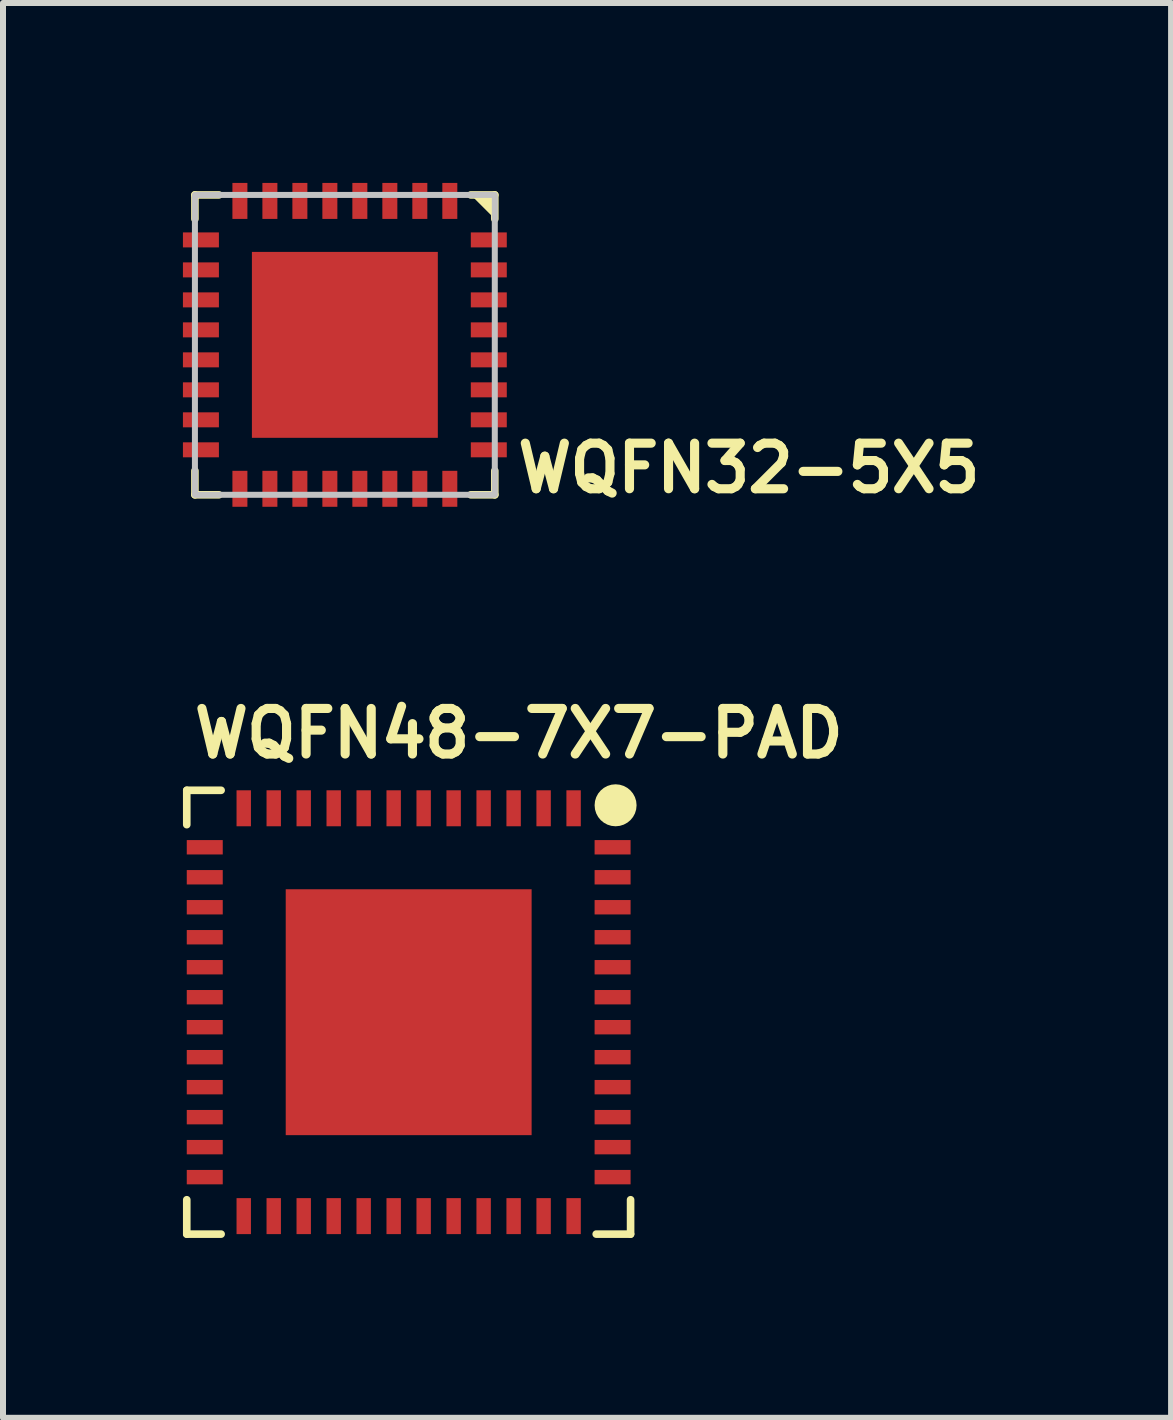
<source format=kicad_pcb>
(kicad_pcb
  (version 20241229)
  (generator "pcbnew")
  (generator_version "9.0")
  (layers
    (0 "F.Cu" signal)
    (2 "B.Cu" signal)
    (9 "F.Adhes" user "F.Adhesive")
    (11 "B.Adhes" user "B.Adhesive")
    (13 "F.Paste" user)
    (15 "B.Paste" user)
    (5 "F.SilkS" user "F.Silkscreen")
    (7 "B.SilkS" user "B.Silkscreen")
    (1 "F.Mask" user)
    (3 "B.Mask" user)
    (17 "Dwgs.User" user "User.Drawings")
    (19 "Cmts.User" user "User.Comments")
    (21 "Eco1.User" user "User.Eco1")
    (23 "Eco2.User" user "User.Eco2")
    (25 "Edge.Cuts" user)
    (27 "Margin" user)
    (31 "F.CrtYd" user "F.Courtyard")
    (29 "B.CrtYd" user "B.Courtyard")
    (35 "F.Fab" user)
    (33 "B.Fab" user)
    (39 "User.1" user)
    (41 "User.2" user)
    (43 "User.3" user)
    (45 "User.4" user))
  (footprint "WQFN48-7X7-PAD"
    (layer "F.Cu")
    (at 3.764 13.827)
    (property "Reference" "WQFN48-7X7-PAD" (at -3.656 -4.204 180) (layer "F.SilkS") (effects (font (size 0.76 0.76) (thickness 0.152)) (justify left bottom)))
    (attr through_hole)
    (fp_line (start -3.7 -3.7) (end -3.127 -3.7) (stroke (width 0.127) (type solid)) (layer "F.SilkS"))
    (fp_line (start -3.7 -3.127) (end -3.7 -3.7) (stroke (width 0.127) (type solid)) (layer "F.SilkS"))
    (fp_line (start -3.7 3.7) (end -3.7 3.127) (stroke (width 0.127) (type solid)) (layer "F.SilkS"))
    (fp_line (start -3.127 3.7) (end -3.7 3.7) (stroke (width 0.127) (type solid)) (layer "F.SilkS"))
    (fp_line (start 3.7 3.127) (end 3.7 3.7) (stroke (width 0.127) (type solid)) (layer "F.SilkS"))
    (fp_line (start 3.7 3.7) (end 3.127 3.7) (stroke (width 0.127) (type solid)) (layer "F.SilkS"))
    (fp_circle (center 3.45 -3.45) (end 3.625 -3.45) (stroke (width 0.35) (type solid)) (fill no) (layer "F.SilkS"))
    (fp_poly (pts (xy -1.955 -0.785) (xy -0.785 -0.785) (xy -0.785 -1.955) (xy -1.955 -1.955)) (stroke (width 0) (type solid)) (fill yes) (layer "F.Paste"))
    (fp_poly (pts (xy -1.955 0.585) (xy -0.785 0.585) (xy -0.785 -0.585) (xy -1.955 -0.585)) (stroke (width 0) (type solid)) (fill yes) (layer "F.Paste"))
    (fp_poly (pts (xy -1.955 1.955) (xy -0.785 1.955) (xy -0.785 0.785) (xy -1.955 0.785)) (stroke (width 0) (type solid)) (fill yes) (layer "F.Paste"))
    (fp_poly (pts (xy -0.585 -0.785) (xy 0.585 -0.785) (xy 0.585 -1.955) (xy -0.585 -1.955)) (stroke (width 0) (type solid)) (fill yes) (layer "F.Paste"))
    (fp_poly (pts (xy -0.585 0.585) (xy 0.585 0.585) (xy 0.585 -0.585) (xy -0.585 -0.585)) (stroke (width 0) (type solid)) (fill yes) (layer "F.Paste"))
    (fp_poly (pts (xy -0.585 1.955) (xy 0.585 1.955) (xy 0.585 0.785) (xy -0.585 0.785)) (stroke (width 0) (type solid)) (fill yes) (layer "F.Paste"))
    (fp_poly (pts (xy 0.785 -0.785) (xy 1.955 -0.785) (xy 1.955 -1.955) (xy 0.785 -1.955)) (stroke (width 0) (type solid)) (fill yes) (layer "F.Paste"))
    (fp_poly (pts (xy 0.785 0.585) (xy 1.955 0.585) (xy 1.955 -0.585) (xy 0.785 -0.585)) (stroke (width 0) (type solid)) (fill yes) (layer "F.Paste"))
    (fp_poly (pts (xy 0.785 1.955) (xy 1.955 1.955) (xy 1.955 0.785) (xy 0.785 0.785)) (stroke (width 0) (type solid)) (fill yes) (layer "F.Paste"))
    (pad "1" smd rect (at 2.75 -3.4) (size 0.24 0.6) (layers "F.Cu" "F.Mask" "F.Paste"))
    (pad "2" smd rect (at 2.25 -3.4) (size 0.24 0.6) (layers "F.Cu" "F.Mask" "F.Paste"))
    (pad "3" smd rect (at 1.75 -3.4) (size 0.24 0.6) (layers "F.Cu" "F.Mask" "F.Paste"))
    (pad "4" smd rect (at 1.25 -3.4) (size 0.24 0.6) (layers "F.Cu" "F.Mask" "F.Paste"))
    (pad "5" smd rect (at 0.75 -3.4) (size 0.24 0.6) (layers "F.Cu" "F.Mask" "F.Paste"))
    (pad "6" smd rect (at 0.25 -3.4) (size 0.24 0.6) (layers "F.Cu" "F.Mask" "F.Paste"))
    (pad "7" smd rect (at -0.25 -3.4) (size 0.24 0.6) (layers "F.Cu" "F.Mask" "F.Paste"))
    (pad "8" smd rect (at -0.75 -3.4) (size 0.24 0.6) (layers "F.Cu" "F.Mask" "F.Paste"))
    (pad "9" smd rect (at -1.25 -3.4) (size 0.24 0.6) (layers "F.Cu" "F.Mask" "F.Paste"))
    (pad "10" smd rect (at -1.75 -3.4) (size 0.24 0.6) (layers "F.Cu" "F.Mask" "F.Paste"))
    (pad "11" smd rect (at -2.25 -3.4) (size 0.24 0.6) (layers "F.Cu" "F.Mask" "F.Paste"))
    (pad "12" smd rect (at -2.75 -3.4) (size 0.24 0.6) (layers "F.Cu" "F.Mask" "F.Paste"))
    (pad "13" smd rect (at -3.4 -2.75 90) (size 0.24 0.6) (layers "F.Cu" "F.Mask" "F.Paste"))
    (pad "14" smd rect (at -3.4 -2.25 90) (size 0.24 0.6) (layers "F.Cu" "F.Mask" "F.Paste"))
    (pad "15" smd rect (at -3.4 -1.75 90) (size 0.24 0.6) (layers "F.Cu" "F.Mask" "F.Paste"))
    (pad "16" smd rect (at -3.4 -1.25 90) (size 0.24 0.6) (layers "F.Cu" "F.Mask" "F.Paste"))
    (pad "17" smd rect (at -3.4 -0.75 90) (size 0.24 0.6) (layers "F.Cu" "F.Mask" "F.Paste"))
    (pad "18" smd rect (at -3.4 -0.25 90) (size 0.24 0.6) (layers "F.Cu" "F.Mask" "F.Paste"))
    (pad "19" smd rect (at -3.4 0.25 90) (size 0.24 0.6) (layers "F.Cu" "F.Mask" "F.Paste"))
    (pad "20" smd rect (at -3.4 0.75 90) (size 0.24 0.6) (layers "F.Cu" "F.Mask" "F.Paste"))
    (pad "21" smd rect (at -3.4 1.25 90) (size 0.24 0.6) (layers "F.Cu" "F.Mask" "F.Paste"))
    (pad "22" smd rect (at -3.4 1.75 90) (size 0.24 0.6) (layers "F.Cu" "F.Mask" "F.Paste"))
    (pad "23" smd rect (at -3.4 2.25 90) (size 0.24 0.6) (layers "F.Cu" "F.Mask" "F.Paste"))
    (pad "24" smd rect (at -3.4 2.75 90) (size 0.24 0.6) (layers "F.Cu" "F.Mask" "F.Paste"))
    (pad "25" smd rect (at -2.75 3.4 180) (size 0.24 0.6) (layers "F.Cu" "F.Mask" "F.Paste"))
    (pad "26" smd rect (at -2.25 3.4 180) (size 0.24 0.6) (layers "F.Cu" "F.Mask" "F.Paste"))
    (pad "27" smd rect (at -1.75 3.4 180) (size 0.24 0.6) (layers "F.Cu" "F.Mask" "F.Paste"))
    (pad "28" smd rect (at -1.25 3.4 180) (size 0.24 0.6) (layers "F.Cu" "F.Mask" "F.Paste"))
    (pad "29" smd rect (at -0.75 3.4 180) (size 0.24 0.6) (layers "F.Cu" "F.Mask" "F.Paste"))
    (pad "30" smd rect (at -0.25 3.4 180) (size 0.24 0.6) (layers "F.Cu" "F.Mask" "F.Paste"))
    (pad "31" smd rect (at 0.25 3.4 180) (size 0.24 0.6) (layers "F.Cu" "F.Mask" "F.Paste"))
    (pad "32" smd rect (at 0.75 3.4 180) (size 0.24 0.6) (layers "F.Cu" "F.Mask" "F.Paste"))
    (pad "33" smd rect (at 1.25 3.4 180) (size 0.24 0.6) (layers "F.Cu" "F.Mask" "F.Paste"))
    (pad "34" smd rect (at 1.75 3.4 180) (size 0.24 0.6) (layers "F.Cu" "F.Mask" "F.Paste"))
    (pad "35" smd rect (at 2.25 3.4 180) (size 0.24 0.6) (layers "F.Cu" "F.Mask" "F.Paste"))
    (pad "36" smd rect (at 2.75 3.4 180) (size 0.24 0.6) (layers "F.Cu" "F.Mask" "F.Paste"))
    (pad "37" smd rect (at 3.4 2.75 270) (size 0.24 0.6) (layers "F.Cu" "F.Mask" "F.Paste"))
    (pad "38" smd rect (at 3.4 2.25 270) (size 0.24 0.6) (layers "F.Cu" "F.Mask" "F.Paste"))
    (pad "39" smd rect (at 3.4 1.75 270) (size 0.24 0.6) (layers "F.Cu" "F.Mask" "F.Paste"))
    (pad "40" smd rect (at 3.4 1.25 270) (size 0.24 0.6) (layers "F.Cu" "F.Mask" "F.Paste"))
    (pad "41" smd rect (at 3.4 0.75 270) (size 0.24 0.6) (layers "F.Cu" "F.Mask" "F.Paste"))
    (pad "42" smd rect (at 3.4 0.25 270) (size 0.24 0.6) (layers "F.Cu" "F.Mask" "F.Paste"))
    (pad "43" smd rect (at 3.4 -0.25 270) (size 0.24 0.6) (layers "F.Cu" "F.Mask" "F.Paste"))
    (pad "44" smd rect (at 3.4 -0.75 270) (size 0.24 0.6) (layers "F.Cu" "F.Mask" "F.Paste"))
    (pad "45" smd rect (at 3.4 -1.25 270) (size 0.24 0.6) (layers "F.Cu" "F.Mask" "F.Paste"))
    (pad "46" smd rect (at 3.4 -1.75 270) (size 0.24 0.6) (layers "F.Cu" "F.Mask" "F.Paste"))
    (pad "47" smd rect (at 3.4 -2.25 270) (size 0.24 0.6) (layers "F.Cu" "F.Mask" "F.Paste"))
    (pad "48" smd rect (at 3.4 -2.75 270) (size 0.24 0.6) (layers "F.Cu" "F.Mask" "F.Paste"))
    (pad "PAD" smd rect (at 0 0 180) (size 4.1 4.1) (layers "F.Cu" "F.Mask")))
  (footprint "WQFN32-5X5"
    (layer "F.Cu")
    (at 2.7 2.7)
    (property "Reference" "WQFN32-5X5" (at 2.8 2.5 0) (layer "F.SilkS") (effects (font (size 0.76 0.76) (thickness 0.152)) (justify left bottom)))
    (attr through_hole)
    (fp_line (start -2.5 -2.5) (end -2.5 -2.1) (stroke (width 0.127) (type solid)) (layer "F.SilkS"))
    (fp_line (start -2.5 -2.5) (end -2.1 -2.5) (stroke (width 0.127) (type solid)) (layer "F.SilkS"))
    (fp_line (start -2.5 2.5) (end -2.5 2.1) (stroke (width 0.127) (type solid)) (layer "F.SilkS"))
    (fp_line (start -2.5 2.5) (end -2.1 2.5) (stroke (width 0.127) (type solid)) (layer "F.SilkS"))
    (fp_line (start 2.5 -2.5) (end 2.1 -2.5) (stroke (width 0.127) (type solid)) (layer "F.SilkS"))
    (fp_line (start 2.5 -2.5) (end 2.5 -2.1) (stroke (width 0.127) (type solid)) (layer "F.SilkS"))
    (fp_line (start 2.5 2.5) (end 2.1 2.5) (stroke (width 0.127) (type solid)) (layer "F.SilkS"))
    (fp_line (start 2.5 2.5) (end 2.5 2.1) (stroke (width 0.127) (type solid)) (layer "F.SilkS"))
    (fp_poly (pts (xy 2.1 -2.5) (xy 2.5 -2.5) (xy 2.5 -2.1)) (stroke (width 0) (type solid)) (fill yes) (layer "F.SilkS"))
    (fp_poly (pts (xy -1.35 -0.15) (xy -0.15 -0.15) (xy -0.15 -1.35) (xy -1.35 -1.35)) (stroke (width 0) (type solid)) (fill yes) (layer "F.Paste"))
    (fp_poly (pts (xy -1.35 1.35) (xy -0.15 1.35) (xy -0.15 0.15) (xy -1.35 0.15)) (stroke (width 0) (type solid)) (fill yes) (layer "F.Paste"))
    (fp_poly (pts (xy 0.15 -0.15) (xy 1.35 -0.15) (xy 1.35 -1.35) (xy 0.15 -1.35)) (stroke (width 0) (type solid)) (fill yes) (layer "F.Paste"))
    (fp_poly (pts (xy 0.15 1.35) (xy 1.35 1.35) (xy 1.35 0.15) (xy 0.15 0.15)) (stroke (width 0) (type solid)) (fill yes) (layer "F.Paste"))
    (fp_poly (pts (xy -2.5 2.5) (xy 2.5 2.5) (xy 2.5 -2.5) (xy -2.5 -2.5)) (stroke (width 0.1) (type solid)) (fill no) (layer "Dwgs.User"))
    (pad "1" smd rect (at 1.75 -2.4 90) (size 0.6 0.25) (layers "F.Cu" "F.Mask" "F.Paste"))
    (pad "2" smd rect (at 1.25 -2.4 90) (size 0.6 0.25) (layers "F.Cu" "F.Mask" "F.Paste"))
    (pad "3" smd rect (at 0.75 -2.4 90) (size 0.6 0.25) (layers "F.Cu" "F.Mask" "F.Paste"))
    (pad "4" smd rect (at 0.25 -2.4 90) (size 0.6 0.25) (layers "F.Cu" "F.Mask" "F.Paste"))
    (pad "5" smd rect (at -0.25 -2.4 90) (size 0.6 0.25) (layers "F.Cu" "F.Mask" "F.Paste"))
    (pad "6" smd rect (at -0.75 -2.4 90) (size 0.6 0.25) (layers "F.Cu" "F.Mask" "F.Paste"))
    (pad "7" smd rect (at -1.25 -2.4 90) (size 0.6 0.25) (layers "F.Cu" "F.Mask" "F.Paste"))
    (pad "8" smd rect (at -1.75 -2.4 90) (size 0.6 0.25) (layers "F.Cu" "F.Mask" "F.Paste"))
    (pad "9" smd rect (at -2.4 -1.75 180) (size 0.6 0.25) (layers "F.Cu" "F.Mask" "F.Paste"))
    (pad "10" smd rect (at -2.4 -1.25 180) (size 0.6 0.25) (layers "F.Cu" "F.Mask" "F.Paste"))
    (pad "11" smd rect (at -2.4 -0.75 180) (size 0.6 0.25) (layers "F.Cu" "F.Mask" "F.Paste"))
    (pad "12" smd rect (at -2.4 -0.25 180) (size 0.6 0.25) (layers "F.Cu" "F.Mask" "F.Paste"))
    (pad "13" smd rect (at -2.4 0.25 180) (size 0.6 0.25) (layers "F.Cu" "F.Mask" "F.Paste"))
    (pad "14" smd rect (at -2.4 0.75 180) (size 0.6 0.25) (layers "F.Cu" "F.Mask" "F.Paste"))
    (pad "15" smd rect (at -2.4 1.25 180) (size 0.6 0.25) (layers "F.Cu" "F.Mask" "F.Paste"))
    (pad "16" smd rect (at -2.4 1.75 180) (size 0.6 0.25) (layers "F.Cu" "F.Mask" "F.Paste"))
    (pad "17" smd rect (at -1.75 2.4 270) (size 0.6 0.25) (layers "F.Cu" "F.Mask" "F.Paste"))
    (pad "18" smd rect (at -1.25 2.4 270) (size 0.6 0.25) (layers "F.Cu" "F.Mask" "F.Paste"))
    (pad "19" smd rect (at -0.75 2.4 270) (size 0.6 0.25) (layers "F.Cu" "F.Mask" "F.Paste"))
    (pad "20" smd rect (at -0.25 2.4 270) (size 0.6 0.25) (layers "F.Cu" "F.Mask" "F.Paste"))
    (pad "21" smd rect (at 0.25 2.4 270) (size 0.6 0.25) (layers "F.Cu" "F.Mask" "F.Paste"))
    (pad "22" smd rect (at 0.75 2.4 270) (size 0.6 0.25) (layers "F.Cu" "F.Mask" "F.Paste"))
    (pad "23" smd rect (at 1.25 2.4 270) (size 0.6 0.25) (layers "F.Cu" "F.Mask" "F.Paste"))
    (pad "24" smd rect (at 1.75 2.4 270) (size 0.6 0.25) (layers "F.Cu" "F.Mask" "F.Paste"))
    (pad "25" smd rect (at 2.4 1.75) (size 0.6 0.25) (layers "F.Cu" "F.Mask" "F.Paste"))
    (pad "26" smd rect (at 2.4 1.25) (size 0.6 0.25) (layers "F.Cu" "F.Mask" "F.Paste"))
    (pad "27" smd rect (at 2.4 0.75) (size 0.6 0.25) (layers "F.Cu" "F.Mask" "F.Paste"))
    (pad "28" smd rect (at 2.4 0.25) (size 0.6 0.25) (layers "F.Cu" "F.Mask" "F.Paste"))
    (pad "29" smd rect (at 2.4 -0.25) (size 0.6 0.25) (layers "F.Cu" "F.Mask" "F.Paste"))
    (pad "30" smd rect (at 2.4 -0.75) (size 0.6 0.25) (layers "F.Cu" "F.Mask" "F.Paste"))
    (pad "31" smd rect (at 2.4 -1.25) (size 0.6 0.25) (layers "F.Cu" "F.Mask" "F.Paste"))
    (pad "32" smd rect (at 2.4 -1.75) (size 0.6 0.25) (layers "F.Cu" "F.Mask" "F.Paste"))
    (pad "PAD" smd rect (at 0 0) (size 3.1 3.1) (layers "F.Cu" "F.Mask")))
  (gr_rect
    (start -3 -3)
    (end 16.476 20.59)
    (stroke (width 0.1) (type default))
    (fill no)
    (layer "Edge.Cuts")))
</source>
